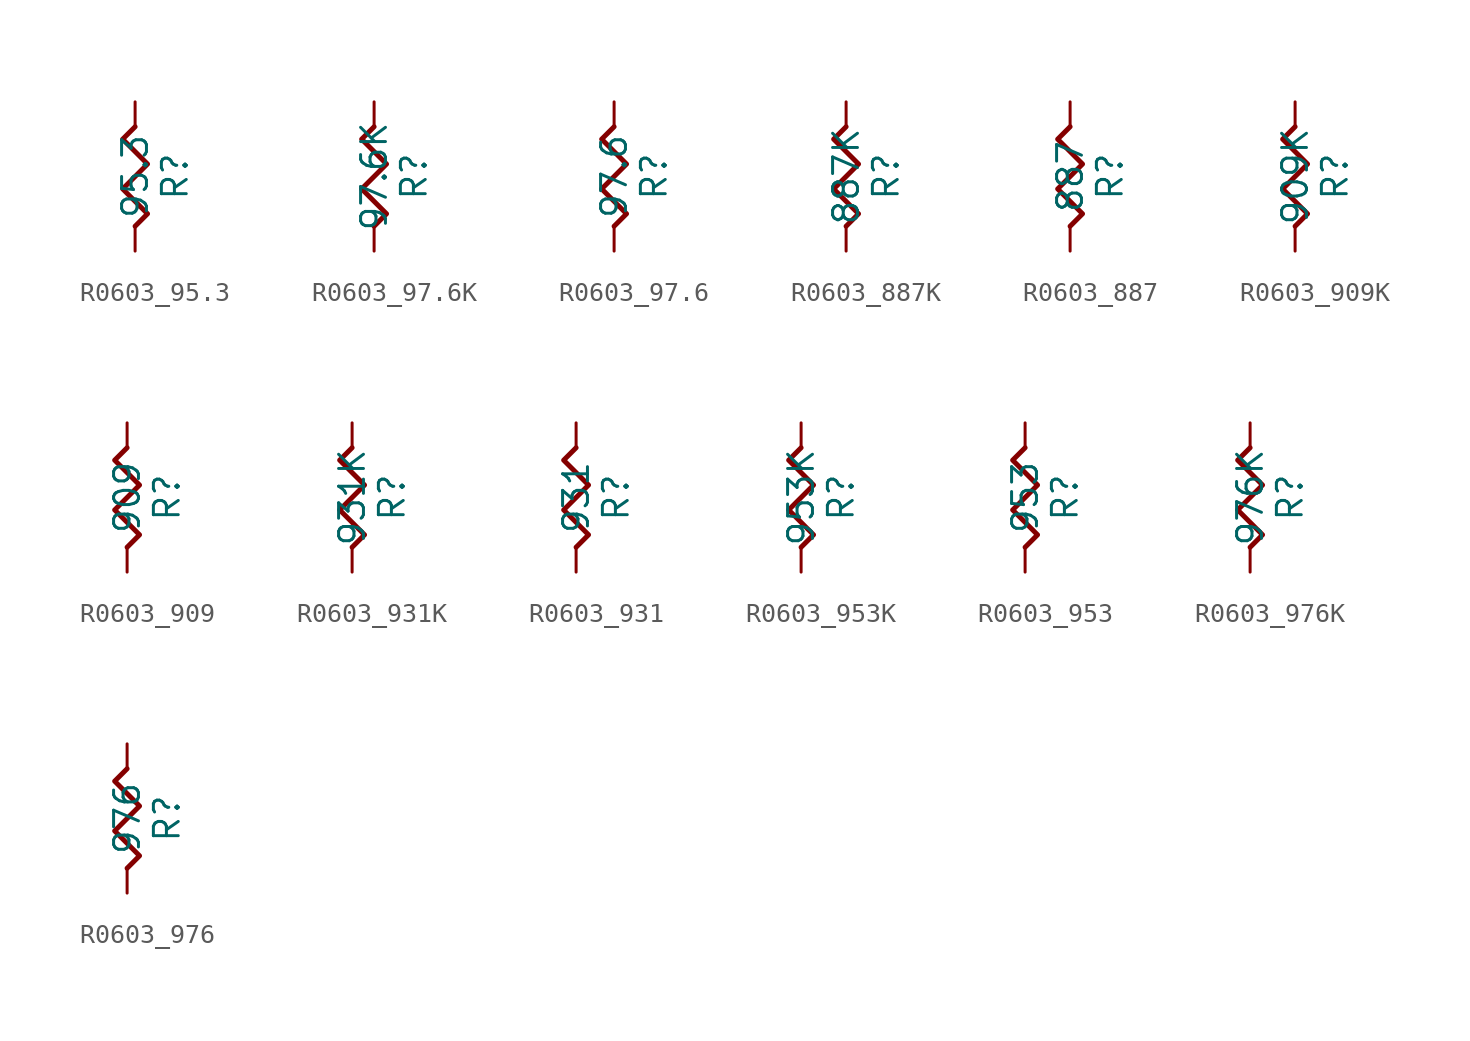
<source format=kicad_sym>
(kicad_symbol_lib
  (version 20211014)
  (generator atlantix-eda)
  (symbol "R0603_95.3"
    (pin_numbers hide)
    (pin_names
      (offset 0))
    (property "Reference" "R"
      (at 2.032 0 90)
      (effects (font (size 1.27 1.27))))
    (property "Value" "95.3"
      (at 0 0 90)
      (effects (font (size 1.27 1.27))))
    (symbol "R0603_95.3_0_1"
      (polyline (pts (xy 0 -2.54) (xy 0.635 -1.905) (xy -0.635 -0.635) (xy 0.635 0.635) (xy -0.635 1.905) (xy 0 2.54)) (stroke (width 0.254) (type default) (color 0 0 0 0)) (fill (type none))))
    (symbol "R0603_95.3_1_1"
      (pin passive line (at 0 3.81 270) (length 1.27) (name "~" (effects (font (size 1.27 1.27)))) (number "1" (effects (font (size 1.27 1.27)))))
      (pin passive line (at 0 -3.81 90) (length 1.27) (name "~" (effects (font (size 1.27 1.27)))) (number "2" (effects (font (size 1.27 1.27)))))))
  (symbol "R0603_97.6K"
    (pin_numbers hide)
    (pin_names
      (offset 0))
    (property "Reference" "R"
      (at 2.032 0 90)
      (effects (font (size 1.27 1.27))))
    (property "Value" "97.6K"
      (at 0 0 90)
      (effects (font (size 1.27 1.27))))
    (symbol "R0603_97.6K_0_1"
      (polyline (pts (xy 0 -2.54) (xy 0.635 -1.905) (xy -0.635 -0.635) (xy 0.635 0.635) (xy -0.635 1.905) (xy 0 2.54)) (stroke (width 0.254) (type default) (color 0 0 0 0)) (fill (type none))))
    (symbol "R0603_97.6K_1_1"
      (pin passive line (at 0 3.81 270) (length 1.27) (name "~" (effects (font (size 1.27 1.27)))) (number "1" (effects (font (size 1.27 1.27)))))
      (pin passive line (at 0 -3.81 90) (length 1.27) (name "~" (effects (font (size 1.27 1.27)))) (number "2" (effects (font (size 1.27 1.27)))))))
  (symbol "R0603_97.6"
    (pin_numbers hide)
    (pin_names
      (offset 0))
    (property "Reference" "R"
      (at 2.032 0 90)
      (effects (font (size 1.27 1.27))))
    (property "Value" "97.6"
      (at 0 0 90)
      (effects (font (size 1.27 1.27))))
    (symbol "R0603_97.6_0_1"
      (polyline (pts (xy 0 -2.54) (xy 0.635 -1.905) (xy -0.635 -0.635) (xy 0.635 0.635) (xy -0.635 1.905) (xy 0 2.54)) (stroke (width 0.254) (type default) (color 0 0 0 0)) (fill (type none))))
    (symbol "R0603_97.6_1_1"
      (pin passive line (at 0 3.81 270) (length 1.27) (name "~" (effects (font (size 1.27 1.27)))) (number "1" (effects (font (size 1.27 1.27)))))
      (pin passive line (at 0 -3.81 90) (length 1.27) (name "~" (effects (font (size 1.27 1.27)))) (number "2" (effects (font (size 1.27 1.27)))))))
  (symbol "R0603_887K"
    (pin_numbers hide)
    (pin_names
      (offset 0))
    (property "Reference" "R"
      (at 2.032 0 90)
      (effects (font (size 1.27 1.27))))
    (property "Value" "887K"
      (at 0 0 90)
      (effects (font (size 1.27 1.27))))
    (symbol "R0603_887K_0_1"
      (polyline (pts (xy 0 -2.54) (xy 0.635 -1.905) (xy -0.635 -0.635) (xy 0.635 0.635) (xy -0.635 1.905) (xy 0 2.54)) (stroke (width 0.254) (type default) (color 0 0 0 0)) (fill (type none))))
    (symbol "R0603_887K_1_1"
      (pin passive line (at 0 3.81 270) (length 1.27) (name "~" (effects (font (size 1.27 1.27)))) (number "1" (effects (font (size 1.27 1.27)))))
      (pin passive line (at 0 -3.81 90) (length 1.27) (name "~" (effects (font (size 1.27 1.27)))) (number "2" (effects (font (size 1.27 1.27)))))))
  (symbol "R0603_887"
    (pin_numbers hide)
    (pin_names
      (offset 0))
    (property "Reference" "R"
      (at 2.032 0 90)
      (effects (font (size 1.27 1.27))))
    (property "Value" "887"
      (at 0 0 90)
      (effects (font (size 1.27 1.27))))
    (symbol "R0603_887_0_1"
      (polyline (pts (xy 0 -2.54) (xy 0.635 -1.905) (xy -0.635 -0.635) (xy 0.635 0.635) (xy -0.635 1.905) (xy 0 2.54)) (stroke (width 0.254) (type default) (color 0 0 0 0)) (fill (type none))))
    (symbol "R0603_887_1_1"
      (pin passive line (at 0 3.81 270) (length 1.27) (name "~" (effects (font (size 1.27 1.27)))) (number "1" (effects (font (size 1.27 1.27)))))
      (pin passive line (at 0 -3.81 90) (length 1.27) (name "~" (effects (font (size 1.27 1.27)))) (number "2" (effects (font (size 1.27 1.27)))))))
  (symbol "R0603_909K"
    (pin_numbers hide)
    (pin_names
      (offset 0))
    (property "Reference" "R"
      (at 2.032 0 90)
      (effects (font (size 1.27 1.27))))
    (property "Value" "909K"
      (at 0 0 90)
      (effects (font (size 1.27 1.27))))
    (symbol "R0603_909K_0_1"
      (polyline (pts (xy 0 -2.54) (xy 0.635 -1.905) (xy -0.635 -0.635) (xy 0.635 0.635) (xy -0.635 1.905) (xy 0 2.54)) (stroke (width 0.254) (type default) (color 0 0 0 0)) (fill (type none))))
    (symbol "R0603_909K_1_1"
      (pin passive line (at 0 3.81 270) (length 1.27) (name "~" (effects (font (size 1.27 1.27)))) (number "1" (effects (font (size 1.27 1.27)))))
      (pin passive line (at 0 -3.81 90) (length 1.27) (name "~" (effects (font (size 1.27 1.27)))) (number "2" (effects (font (size 1.27 1.27)))))))
  (symbol "R0603_909"
    (pin_numbers hide)
    (pin_names
      (offset 0))
    (property "Reference" "R"
      (at 2.032 0 90)
      (effects (font (size 1.27 1.27))))
    (property "Value" "909"
      (at 0 0 90)
      (effects (font (size 1.27 1.27))))
    (symbol "R0603_909_0_1"
      (polyline (pts (xy 0 -2.54) (xy 0.635 -1.905) (xy -0.635 -0.635) (xy 0.635 0.635) (xy -0.635 1.905) (xy 0 2.54)) (stroke (width 0.254) (type default) (color 0 0 0 0)) (fill (type none))))
    (symbol "R0603_909_1_1"
      (pin passive line (at 0 3.81 270) (length 1.27) (name "~" (effects (font (size 1.27 1.27)))) (number "1" (effects (font (size 1.27 1.27)))))
      (pin passive line (at 0 -3.81 90) (length 1.27) (name "~" (effects (font (size 1.27 1.27)))) (number "2" (effects (font (size 1.27 1.27)))))))
  (symbol "R0603_931K"
    (pin_numbers hide)
    (pin_names
      (offset 0))
    (property "Reference" "R"
      (at 2.032 0 90)
      (effects (font (size 1.27 1.27))))
    (property "Value" "931K"
      (at 0 0 90)
      (effects (font (size 1.27 1.27))))
    (symbol "R0603_931K_0_1"
      (polyline (pts (xy 0 -2.54) (xy 0.635 -1.905) (xy -0.635 -0.635) (xy 0.635 0.635) (xy -0.635 1.905) (xy 0 2.54)) (stroke (width 0.254) (type default) (color 0 0 0 0)) (fill (type none))))
    (symbol "R0603_931K_1_1"
      (pin passive line (at 0 3.81 270) (length 1.27) (name "~" (effects (font (size 1.27 1.27)))) (number "1" (effects (font (size 1.27 1.27)))))
      (pin passive line (at 0 -3.81 90) (length 1.27) (name "~" (effects (font (size 1.27 1.27)))) (number "2" (effects (font (size 1.27 1.27)))))))
  (symbol "R0603_931"
    (pin_numbers hide)
    (pin_names
      (offset 0))
    (property "Reference" "R"
      (at 2.032 0 90)
      (effects (font (size 1.27 1.27))))
    (property "Value" "931"
      (at 0 0 90)
      (effects (font (size 1.27 1.27))))
    (symbol "R0603_931_0_1"
      (polyline (pts (xy 0 -2.54) (xy 0.635 -1.905) (xy -0.635 -0.635) (xy 0.635 0.635) (xy -0.635 1.905) (xy 0 2.54)) (stroke (width 0.254) (type default) (color 0 0 0 0)) (fill (type none))))
    (symbol "R0603_931_1_1"
      (pin passive line (at 0 3.81 270) (length 1.27) (name "~" (effects (font (size 1.27 1.27)))) (number "1" (effects (font (size 1.27 1.27)))))
      (pin passive line (at 0 -3.81 90) (length 1.27) (name "~" (effects (font (size 1.27 1.27)))) (number "2" (effects (font (size 1.27 1.27)))))))
  (symbol "R0603_953K"
    (pin_numbers hide)
    (pin_names
      (offset 0))
    (property "Reference" "R"
      (at 2.032 0 90)
      (effects (font (size 1.27 1.27))))
    (property "Value" "953K"
      (at 0 0 90)
      (effects (font (size 1.27 1.27))))
    (symbol "R0603_953K_0_1"
      (polyline (pts (xy 0 -2.54) (xy 0.635 -1.905) (xy -0.635 -0.635) (xy 0.635 0.635) (xy -0.635 1.905) (xy 0 2.54)) (stroke (width 0.254) (type default) (color 0 0 0 0)) (fill (type none))))
    (symbol "R0603_953K_1_1"
      (pin passive line (at 0 3.81 270) (length 1.27) (name "~" (effects (font (size 1.27 1.27)))) (number "1" (effects (font (size 1.27 1.27)))))
      (pin passive line (at 0 -3.81 90) (length 1.27) (name "~" (effects (font (size 1.27 1.27)))) (number "2" (effects (font (size 1.27 1.27)))))))
  (symbol "R0603_953"
    (pin_numbers hide)
    (pin_names
      (offset 0))
    (property "Reference" "R"
      (at 2.032 0 90)
      (effects (font (size 1.27 1.27))))
    (property "Value" "953"
      (at 0 0 90)
      (effects (font (size 1.27 1.27))))
    (symbol "R0603_953_0_1"
      (polyline (pts (xy 0 -2.54) (xy 0.635 -1.905) (xy -0.635 -0.635) (xy 0.635 0.635) (xy -0.635 1.905) (xy 0 2.54)) (stroke (width 0.254) (type default) (color 0 0 0 0)) (fill (type none))))
    (symbol "R0603_953_1_1"
      (pin passive line (at 0 3.81 270) (length 1.27) (name "~" (effects (font (size 1.27 1.27)))) (number "1" (effects (font (size 1.27 1.27)))))
      (pin passive line (at 0 -3.81 90) (length 1.27) (name "~" (effects (font (size 1.27 1.27)))) (number "2" (effects (font (size 1.27 1.27)))))))
  (symbol "R0603_976K"
    (pin_numbers hide)
    (pin_names
      (offset 0))
    (property "Reference" "R"
      (at 2.032 0 90)
      (effects (font (size 1.27 1.27))))
    (property "Value" "976K"
      (at 0 0 90)
      (effects (font (size 1.27 1.27))))
    (symbol "R0603_976K_0_1"
      (polyline (pts (xy 0 -2.54) (xy 0.635 -1.905) (xy -0.635 -0.635) (xy 0.635 0.635) (xy -0.635 1.905) (xy 0 2.54)) (stroke (width 0.254) (type default) (color 0 0 0 0)) (fill (type none))))
    (symbol "R0603_976K_1_1"
      (pin passive line (at 0 3.81 270) (length 1.27) (name "~" (effects (font (size 1.27 1.27)))) (number "1" (effects (font (size 1.27 1.27)))))
      (pin passive line (at 0 -3.81 90) (length 1.27) (name "~" (effects (font (size 1.27 1.27)))) (number "2" (effects (font (size 1.27 1.27)))))))
  (symbol "R0603_976"
    (pin_numbers hide)
    (pin_names
      (offset 0))
    (property "Reference" "R"
      (at 2.032 0 90)
      (effects (font (size 1.27 1.27))))
    (property "Value" "976"
      (at 0 0 90)
      (effects (font (size 1.27 1.27))))
    (symbol "R0603_976_0_1"
      (polyline (pts (xy 0 -2.54) (xy 0.635 -1.905) (xy -0.635 -0.635) (xy 0.635 0.635) (xy -0.635 1.905) (xy 0 2.54)) (stroke (width 0.254) (type default) (color 0 0 0 0)) (fill (type none))))
    (symbol "R0603_976_1_1"
      (pin passive line (at 0 3.81 270) (length 1.27) (name "~" (effects (font (size 1.27 1.27)))) (number "1" (effects (font (size 1.27 1.27)))))
      (pin passive line (at 0 -3.81 90) (length 1.27) (name "~" (effects (font (size 1.27 1.27)))) (number "2" (effects (font (size 1.27 1.27))))))))
</source>
